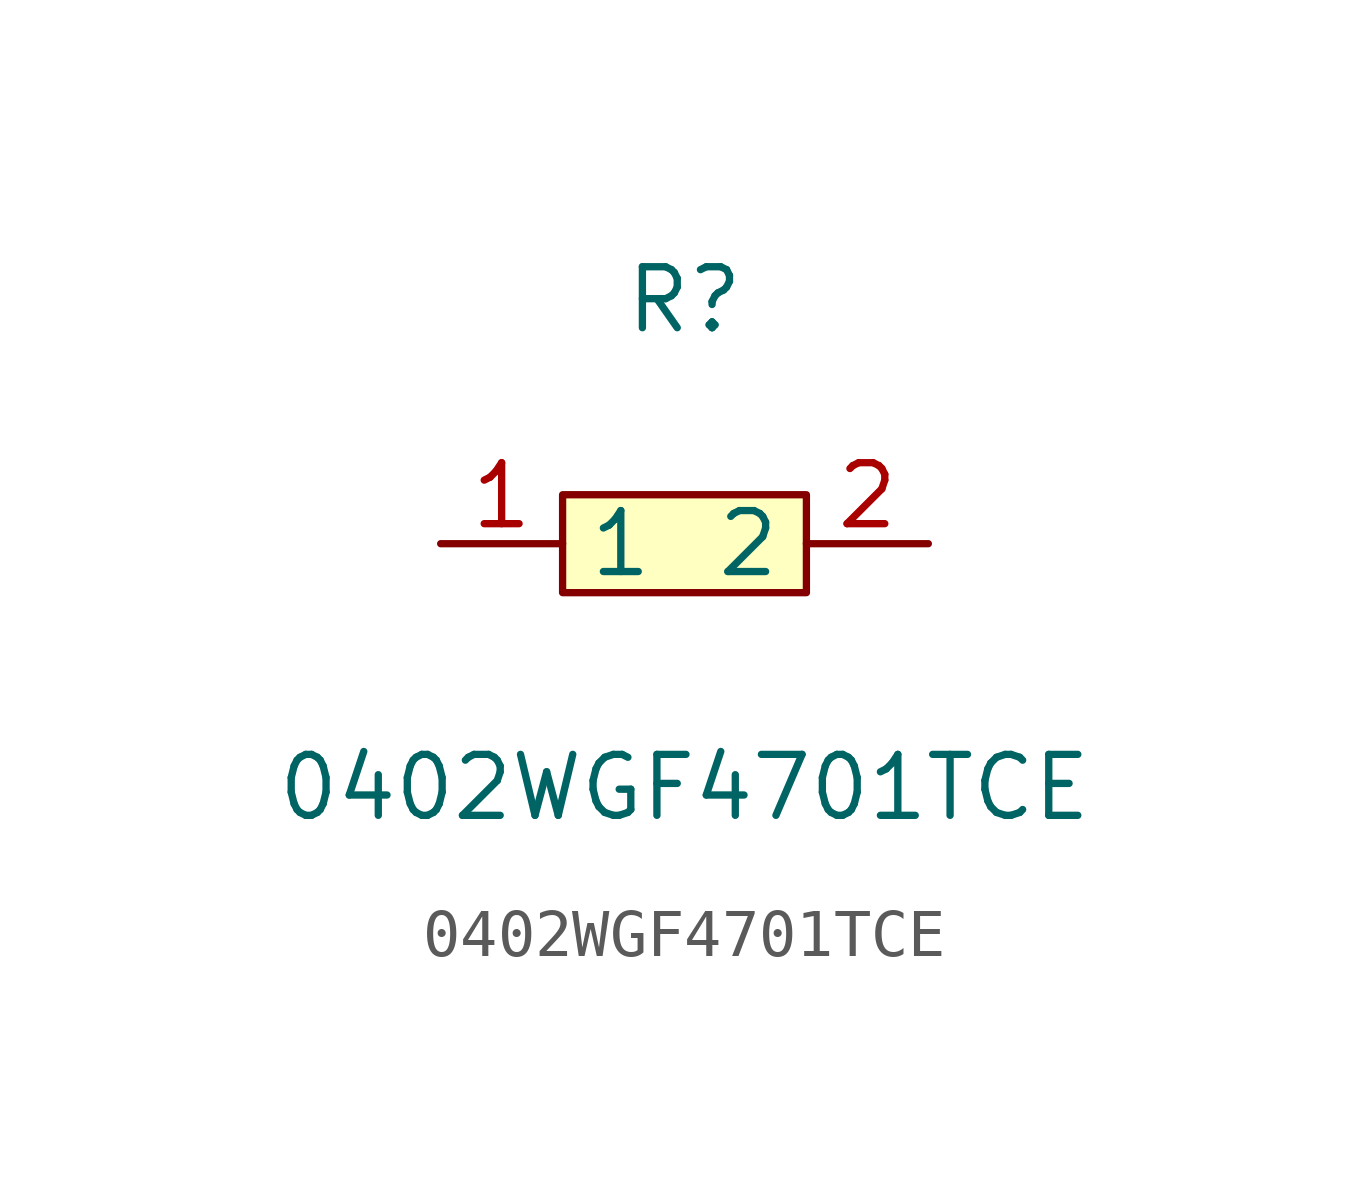
<source format=kicad_sym>
(kicad_symbol_lib
  (version 1)
  (generator "faebryk")
  (symbol "0402WGF4701TCE"
    (property "Reference" "R"
      (at 0 5.08 0)
      (effects (font (size 1.27 1.27)) (hide no)))
    (property "Value" "0402WGF4701TCE"
      (at 0 -5.08 0)
      (effects (font (size 1.27 1.27)) (hide no)))
    (symbol "0402WGF4701TCE_0_1"
      (rectangle (start -2.54 1.02) (end 2.54 -1.02) (stroke (width 0) (type default) (color 0 0 0 0)) (fill (type background)))
      (pin input line (at 5.08 0 180) (length 2.54) (name "2" (effects (font (size 1.27 1.27)) (hide no))) (number "2" (effects (font (size 1.27 1.27)) (hide no))))
      (pin input line (at -5.08 0 0) (length 2.54) (name "1" (effects (font (size 1.27 1.27)) (hide no))) (number "1" (effects (font (size 1.27 1.27)) (hide no)))))))
</source>
